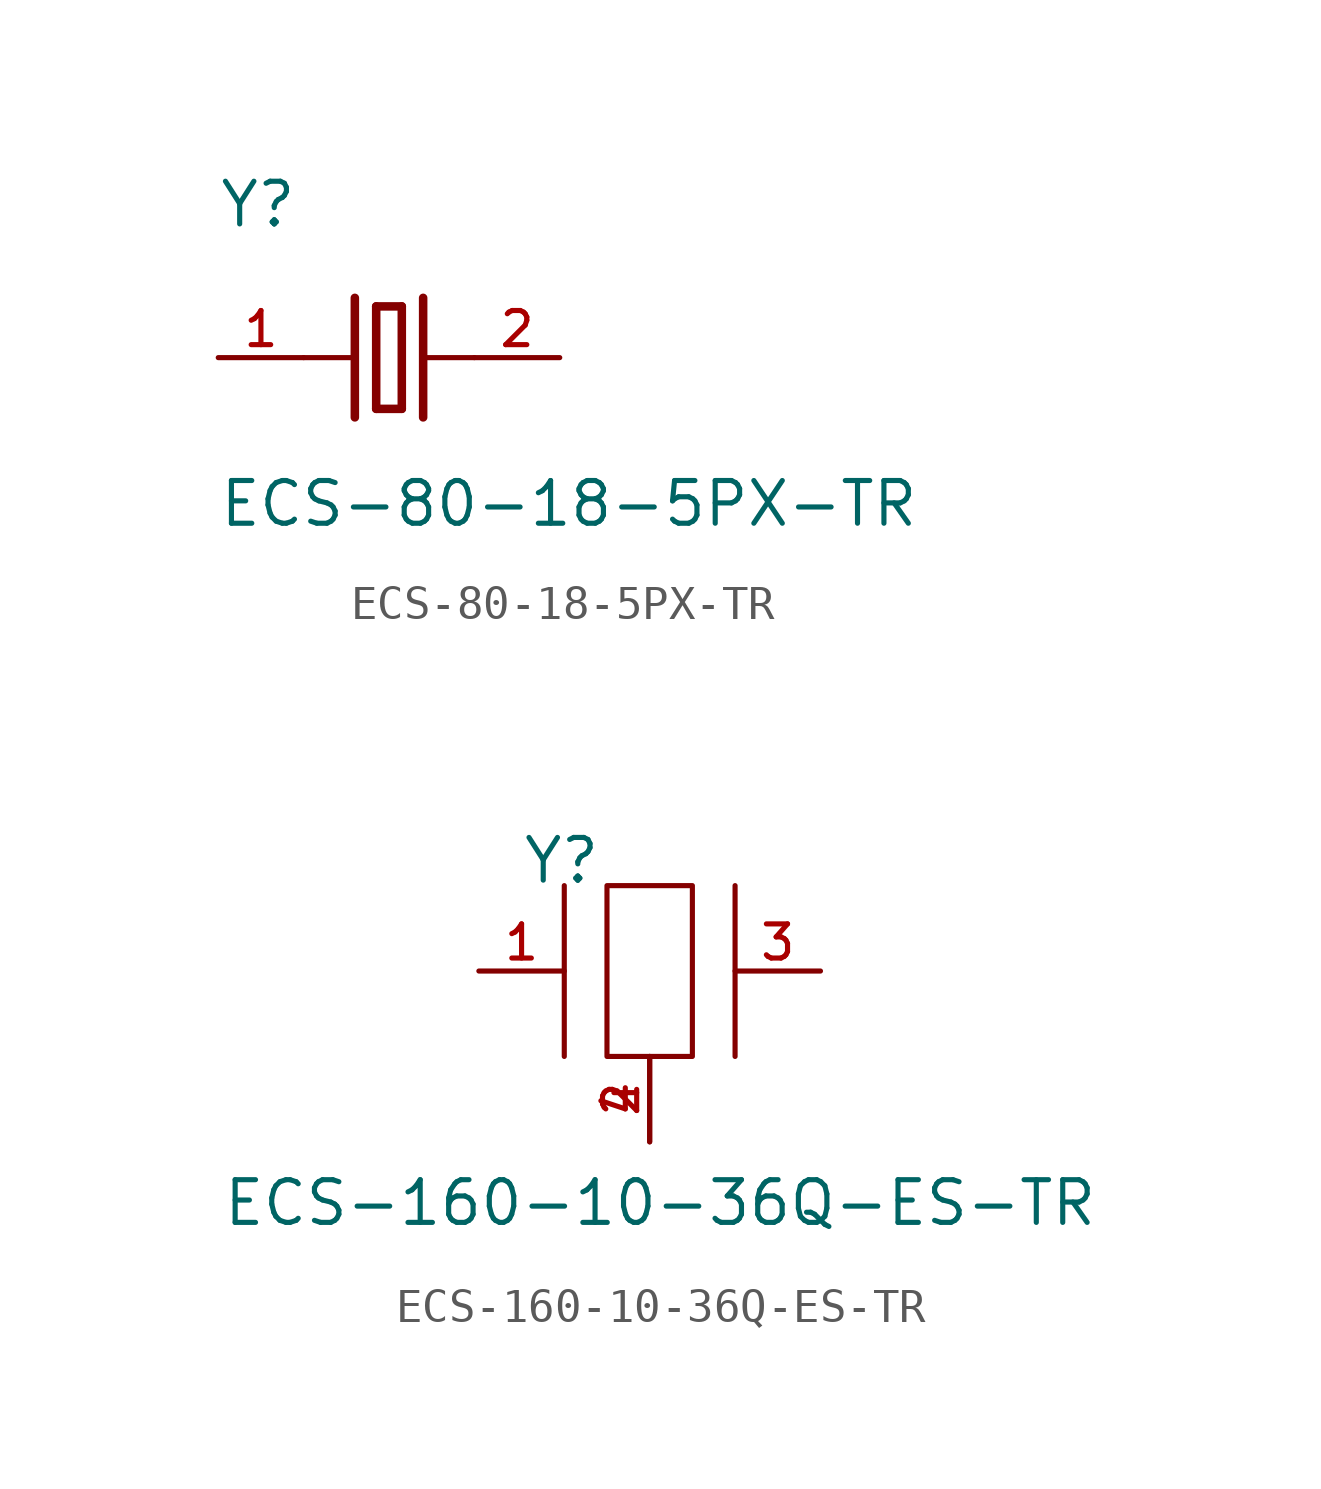
<source format=kicad_sym>
(kicad_symbol_lib
  (version 20220914)
  (generator kicad_symbol_editor)
  (symbol "ECS-80-18-5PX-TR"
    (pin_names
      (offset 1.016))
    (property "Reference" "Y"
      (at -5.087 3.815 0)
      (effects (font (size 1.27 1.27)) (justify left bottom)))
    (property "Value" "ECS-80-18-5PX-TR"
      (at -5.09 -5.09 0)
      (effects (font (size 1.27 1.27)) (justify left bottom)))
    (symbol "ECS-80-18-5PX-TR_0_0"
      (polyline (pts (xy -2.54 0) (xy -1.016 0)) (stroke (width 0.152) (type default)) (fill (type none)))
      (polyline (pts (xy -1.016 1.778) (xy -1.016 -1.778)) (stroke (width 0.254) (type default)) (fill (type none)))
      (polyline (pts (xy -0.381 -1.524) (xy 0.381 -1.524)) (stroke (width 0.254) (type default)) (fill (type none)))
      (polyline (pts (xy -0.381 1.524) (xy -0.381 -1.524)) (stroke (width 0.254) (type default)) (fill (type none)))
      (polyline (pts (xy 0.381 -1.524) (xy 0.381 1.524)) (stroke (width 0.254) (type default)) (fill (type none)))
      (polyline (pts (xy 0.381 1.524) (xy -0.381 1.524)) (stroke (width 0.254) (type default)) (fill (type none)))
      (polyline (pts (xy 1.016 0) (xy 2.54 0)) (stroke (width 0.152) (type default)) (fill (type none)))
      (polyline (pts (xy 1.016 1.778) (xy 1.016 -1.778)) (stroke (width 0.254) (type default)) (fill (type none)))
      (pin passive line (at -5.08 0 0) (length 2.54) (name "~" (effects (font (size 1.016 1.016)))) (number "1" (effects (font (size 1.016 1.016)))))
      (pin passive line (at 5.08 0 180) (length 2.54) (name "~" (effects (font (size 1.016 1.016)))) (number "2" (effects (font (size 1.016 1.016)))))))
  (symbol "ECS-160-10-36Q-ES-TR"
    (pin_names
      (offset 1.016))
    (property "Reference" "Y"
      (at -3.81 2.54 0)
      (effects (font (size 1.27 1.27)) (justify left bottom)))
    (property "Value" "ECS-160-10-36Q-ES-TR"
      (at -12.731 -7.639 0)
      (effects (font (size 1.27 1.27)) (justify left bottom)))
    (symbol "ECS-160-10-36Q-ES-TR_0_0"
      (pin bidirectional line (at -5.08 0 0) (length 2.54) (name "" (effects (font (size 1.016 1.016)))) (number "1" (effects (font (size 1.016 1.016)))))
      (pin power_in line (at 0 -5.08 90) (length 2.54) (name "" (effects (font (size 1.016 1.016)))) (number "2" (effects (font (size 1.016 1.016)))))
      (pin bidirectional line (at 5.08 0 180) (length 2.54) (name "" (effects (font (size 1.016 1.016)))) (number "3" (effects (font (size 1.016 1.016)))))
      (pin power_in line (at 0 -5.08 90) (length 2.54) (name "" (effects (font (size 1.016 1.016)))) (number "4" (effects (font (size 1.016 1.016))))))
    (symbol "ECS-160-10-36Q-ES-TR_0_1"
      (rectangle (start -1.27 2.54) (end 1.27 -2.54) (stroke (width 0) (type default)) (fill (type none)))
      (polyline (pts (xy -2.54 2.54) (xy -2.54 -2.54)) (stroke (width 0) (type default)) (fill (type none)))
      (polyline (pts (xy 2.54 2.54) (xy 2.54 -2.54)) (stroke (width 0) (type default)) (fill (type none))))))
</source>
